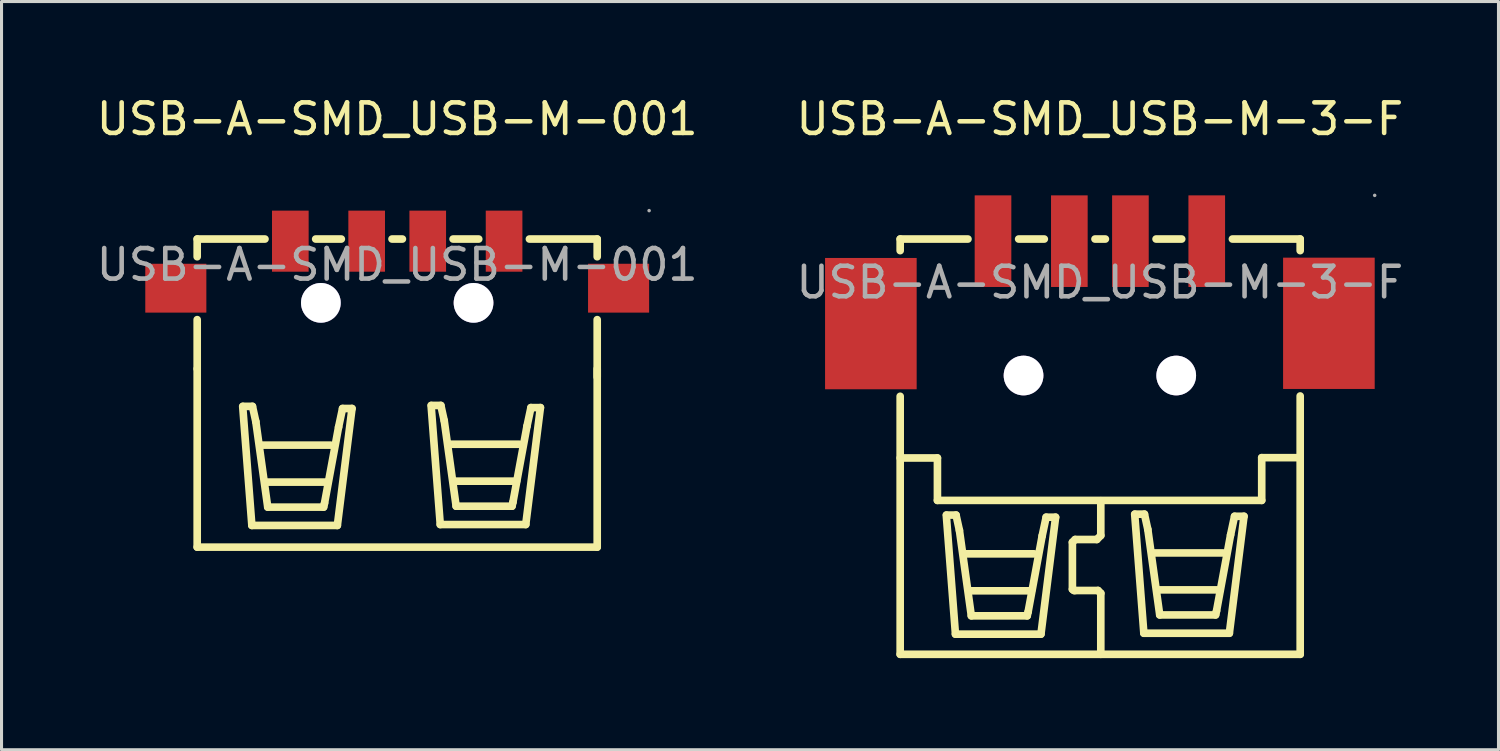
<source format=kicad_pcb>
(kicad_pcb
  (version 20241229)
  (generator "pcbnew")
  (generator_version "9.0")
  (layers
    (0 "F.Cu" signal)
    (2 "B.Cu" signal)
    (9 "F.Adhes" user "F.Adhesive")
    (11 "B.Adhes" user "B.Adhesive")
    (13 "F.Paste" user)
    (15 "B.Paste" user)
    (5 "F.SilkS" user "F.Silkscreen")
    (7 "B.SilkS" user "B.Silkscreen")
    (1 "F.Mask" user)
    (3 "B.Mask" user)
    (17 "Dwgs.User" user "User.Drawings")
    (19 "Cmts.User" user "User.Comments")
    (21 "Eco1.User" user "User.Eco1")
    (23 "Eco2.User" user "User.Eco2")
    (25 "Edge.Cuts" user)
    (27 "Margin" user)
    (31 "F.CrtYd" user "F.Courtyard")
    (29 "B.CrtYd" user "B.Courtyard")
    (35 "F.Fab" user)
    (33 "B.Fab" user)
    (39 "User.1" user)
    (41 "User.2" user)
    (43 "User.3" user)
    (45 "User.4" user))
  (footprint "USB-A-SMD_USB-M-001"
    (layer "F.Cu")
    (at 9.958 5.618)
    (property "Reference" "USB-A-SMD_USB-M-001" (at 0 -4.77 0) (layer "F.SilkS") (effects (font (size 1 1) (thickness 0.15))))
    (attr through_hole)
    (fp_line (start -6.55 -0.84) (end -4.33 -0.84) (stroke (width 0.25) (type solid)) (layer "F.SilkS"))
    (fp_line (start -6.55 -0.26) (end -6.55 -0.84) (stroke (width 0.25) (type solid)) (layer "F.SilkS"))
    (fp_line (start -6.55 3.41) (end -6.55 1.8) (stroke (width 0.25) (type solid)) (layer "F.SilkS"))
    (fp_line (start -6.55 3.41) (end -6.55 9.25) (stroke (width 0.25) (type solid)) (layer "F.SilkS"))
    (fp_line (start -6.55 9.25) (end 6.55 9.25) (stroke (width 0.25) (type solid)) (layer "F.SilkS"))
    (fp_line (start -5.06 4.64) (end -4.76 8.54) (stroke (width 0.25) (type solid)) (layer "F.SilkS"))
    (fp_line (start -4.76 8.54) (end -1.96 8.54) (stroke (width 0.25) (type solid)) (layer "F.SilkS"))
    (fp_line (start -4.74 4.64) (end -5.05 4.64) (stroke (width 0.25) (type solid)) (layer "F.SilkS"))
    (fp_line (start -4.63 5.14) (end -4.74 4.64) (stroke (width 0.25) (type solid)) (layer "F.SilkS"))
    (fp_line (start -4.44 5.91) (end -2.18 5.91) (stroke (width 0.25) (type solid)) (layer "F.SilkS"))
    (fp_line (start -4.3 7.12) (end -2.27 7.12) (stroke (width 0.25) (type solid)) (layer "F.SilkS"))
    (fp_line (start -4.24 7.94) (end -4.63 5.14) (stroke (width 0.25) (type solid)) (layer "F.SilkS"))
    (fp_line (start -2.67 -0.84) (end -1.83 -0.84) (stroke (width 0.25) (type solid)) (layer "F.SilkS"))
    (fp_line (start -2.41 7.94) (end -4.24 7.94) (stroke (width 0.25) (type solid)) (layer "F.SilkS"))
    (fp_line (start -2.38 7.81) (end -2.41 7.94) (stroke (width 0.25) (type solid)) (layer "F.SilkS"))
    (fp_line (start -1.96 8.54) (end -1.48 4.71) (stroke (width 0.25) (type solid)) (layer "F.SilkS"))
    (fp_line (start -1.92 5.32) (end -2.38 7.81) (stroke (width 0.25) (type solid)) (layer "F.SilkS"))
    (fp_line (start -1.79 4.71) (end -1.92 5.32) (stroke (width 0.25) (type solid)) (layer "F.SilkS"))
    (fp_line (start -1.48 4.71) (end -1.79 4.71) (stroke (width 0.25) (type solid)) (layer "F.SilkS"))
    (fp_line (start -0.17 -0.84) (end 0.17 -0.84) (stroke (width 0.25) (type solid)) (layer "F.SilkS"))
    (fp_line (start 1.11 4.61) (end 1.41 8.51) (stroke (width 0.25) (type solid)) (layer "F.SilkS"))
    (fp_line (start 1.41 8.51) (end 4.21 8.51) (stroke (width 0.25) (type solid)) (layer "F.SilkS"))
    (fp_line (start 1.43 4.61) (end 1.12 4.61) (stroke (width 0.25) (type solid)) (layer "F.SilkS"))
    (fp_line (start 1.54 5.11) (end 1.43 4.61) (stroke (width 0.25) (type solid)) (layer "F.SilkS"))
    (fp_line (start 1.74 5.88) (end 4 5.88) (stroke (width 0.25) (type solid)) (layer "F.SilkS"))
    (fp_line (start 1.83 -0.84) (end 2.67 -0.84) (stroke (width 0.25) (type solid)) (layer "F.SilkS"))
    (fp_line (start 1.88 7.09) (end 3.91 7.09) (stroke (width 0.25) (type solid)) (layer "F.SilkS"))
    (fp_line (start 1.93 7.91) (end 1.54 5.11) (stroke (width 0.25) (type solid)) (layer "F.SilkS"))
    (fp_line (start 3.76 7.91) (end 1.93 7.91) (stroke (width 0.25) (type solid)) (layer "F.SilkS"))
    (fp_line (start 3.79 7.78) (end 3.76 7.91) (stroke (width 0.25) (type solid)) (layer "F.SilkS"))
    (fp_line (start 4.21 8.51) (end 4.69 4.68) (stroke (width 0.25) (type solid)) (layer "F.SilkS"))
    (fp_line (start 4.25 5.29) (end 3.79 7.78) (stroke (width 0.25) (type solid)) (layer "F.SilkS"))
    (fp_line (start 4.33 -0.84) (end 6.55 -0.84) (stroke (width 0.25) (type solid)) (layer "F.SilkS"))
    (fp_line (start 4.38 4.68) (end 4.25 5.29) (stroke (width 0.25) (type solid)) (layer "F.SilkS"))
    (fp_line (start 4.69 4.68) (end 4.38 4.68) (stroke (width 0.25) (type solid)) (layer "F.SilkS"))
    (fp_line (start 6.55 -0.84) (end 6.55 -0.26) (stroke (width 0.25) (type solid)) (layer "F.SilkS"))
    (fp_line (start 6.55 1.8) (end 6.55 3.68) (stroke (width 0.25) (type solid)) (layer "F.SilkS"))
    (fp_line (start 6.55 3.41) (end 6.55 9.25) (stroke (width 0.25) (type solid)) (layer "F.SilkS"))
    (fp_circle (center -2.5 1.25) (end -2.22 1.25) (stroke (width 0.55) (type solid)) (fill no) (layer "F.Fab"))
    (fp_circle (center 2.5 1.25) (end 2.78 1.25) (stroke (width 0.55) (type solid)) (fill no) (layer "F.Fab"))
    (fp_circle (center 8.25 -1.77) (end 8.28 -1.77) (stroke (width 0.06) (type solid)) (fill no) (layer "F.Fab"))
    (fp_text user "${REFERENCE}" (at 0 0 0) (layer "F.Fab") (effects (font (size 1 1) (thickness 0.15))))
    (pad "" thru_hole circle (at -2.5 1.25) (size 1.3 1.3) (drill 1.3) (layers "*.Cu" "*.Mask"))
    (pad "" thru_hole circle (at 2.5 1.25) (size 1.3 1.3) (drill 1.3) (layers "*.Cu" "*.Mask"))
    (pad "0" smd rect (at -7.25 0.77 270) (size 1.6 2) (layers "F.Cu" "F.Mask" "F.Paste"))
    (pad "0" smd rect (at 7.25 0.77 270) (size 1.6 2) (layers "F.Cu" "F.Mask" "F.Paste"))
    (pad "1" smd rect (at 3.5 -0.77 90) (size 2 1.2) (layers "F.Cu" "F.Mask" "F.Paste"))
    (pad "2" smd rect (at 1 -0.77 90) (size 2 1.2) (layers "F.Cu" "F.Mask" "F.Paste"))
    (pad "3" smd rect (at -1 -0.77 90) (size 2 1.2) (layers "F.Cu" "F.Mask" "F.Paste"))
    (pad "4" smd rect (at -3.5 -0.77 90) (size 2 1.2) (layers "F.Cu" "F.Mask" "F.Paste")))
  (footprint "USB-A-SMD_USB-M-3-F"
    (layer "F.Cu")
    (at 32.97 6.198)
    (property "Reference" "USB-A-SMD_USB-M-3-F" (at 0 -5.35 0) (layer "F.SilkS") (effects (font (size 1 1) (thickness 0.15))))
    (attr through_hole)
    (fp_line (start -6.54 -1.42) (end -4.32 -1.42) (stroke (width 0.25) (type solid)) (layer "F.SilkS"))
    (fp_line (start -6.54 -1.04) (end -6.54 -1.42) (stroke (width 0.25) (type solid)) (layer "F.SilkS"))
    (fp_line (start -6.54 5.75) (end -5.32 5.75) (stroke (width 0.25) (type solid)) (layer "F.SilkS"))
    (fp_line (start -6.54 12.18) (end -6.54 3.73) (stroke (width 0.25) (type solid)) (layer "F.SilkS"))
    (fp_line (start -6.54 12.18) (end 6.56 12.18) (stroke (width 0.25) (type solid)) (layer "F.SilkS"))
    (fp_line (start -5.32 5.75) (end -5.32 7.14) (stroke (width 0.25) (type solid)) (layer "F.SilkS"))
    (fp_line (start -5.32 7.14) (end 5.3 7.14) (stroke (width 0.25) (type solid)) (layer "F.SilkS"))
    (fp_line (start -5.03 7.62) (end -4.73 11.52) (stroke (width 0.25) (type solid)) (layer "F.SilkS"))
    (fp_line (start -4.73 11.52) (end -1.93 11.52) (stroke (width 0.25) (type solid)) (layer "F.SilkS"))
    (fp_line (start -4.71 7.62) (end -5.02 7.62) (stroke (width 0.25) (type solid)) (layer "F.SilkS"))
    (fp_line (start -4.6 8.12) (end -4.71 7.62) (stroke (width 0.25) (type solid)) (layer "F.SilkS"))
    (fp_line (start -4.41 8.89) (end -2.15 8.89) (stroke (width 0.25) (type solid)) (layer "F.SilkS"))
    (fp_line (start -4.27 10.1) (end -2.24 10.1) (stroke (width 0.25) (type solid)) (layer "F.SilkS"))
    (fp_line (start -4.21 10.92) (end -4.6 8.12) (stroke (width 0.25) (type solid)) (layer "F.SilkS"))
    (fp_line (start -2.66 -1.42) (end -1.82 -1.42) (stroke (width 0.25) (type solid)) (layer "F.SilkS"))
    (fp_line (start -2.38 10.92) (end -4.21 10.92) (stroke (width 0.25) (type solid)) (layer "F.SilkS"))
    (fp_line (start -2.35 10.79) (end -2.38 10.92) (stroke (width 0.25) (type solid)) (layer "F.SilkS"))
    (fp_line (start -1.93 11.52) (end -1.45 7.69) (stroke (width 0.25) (type solid)) (layer "F.SilkS"))
    (fp_line (start -1.89 8.3) (end -2.35 10.79) (stroke (width 0.25) (type solid)) (layer "F.SilkS"))
    (fp_line (start -1.76 7.69) (end -1.89 8.3) (stroke (width 0.25) (type solid)) (layer "F.SilkS"))
    (fp_line (start -1.45 7.69) (end -1.76 7.69) (stroke (width 0.25) (type solid)) (layer "F.SilkS"))
    (fp_line (start -0.9 8.51) (end -0.9 10.05) (stroke (width 0.25) (type solid)) (layer "F.SilkS"))
    (fp_line (start -0.9 10.05) (end -0.85 10.09) (stroke (width 0.25) (type solid)) (layer "F.SilkS"))
    (fp_line (start -0.85 10.09) (end -0.81 10.09) (stroke (width 0.25) (type solid)) (layer "F.SilkS"))
    (fp_line (start -0.81 8.42) (end -0.9 8.51) (stroke (width 0.25) (type solid)) (layer "F.SilkS"))
    (fp_line (start -0.81 10.09) (end -0.06 10.09) (stroke (width 0.25) (type solid)) (layer "F.SilkS"))
    (fp_line (start -0.16 -1.42) (end 0.18 -1.42) (stroke (width 0.25) (type solid)) (layer "F.SilkS"))
    (fp_line (start -0.1 8.42) (end -0.81 8.42) (stroke (width 0.25) (type solid)) (layer "F.SilkS"))
    (fp_line (start -0.06 10.09) (end 0.03 10.18) (stroke (width 0.25) (type solid)) (layer "F.SilkS"))
    (fp_line (start 0.03 7.15) (end 0.03 8.29) (stroke (width 0.25) (type solid)) (layer "F.SilkS"))
    (fp_line (start 0.03 8.29) (end -0.1 8.42) (stroke (width 0.25) (type solid)) (layer "F.SilkS"))
    (fp_line (start 0.03 10.18) (end 0.03 12.18) (stroke (width 0.25) (type solid)) (layer "F.SilkS"))
    (fp_line (start 1.14 7.59) (end 1.44 11.49) (stroke (width 0.25) (type solid)) (layer "F.SilkS"))
    (fp_line (start 1.44 11.49) (end 4.24 11.49) (stroke (width 0.25) (type solid)) (layer "F.SilkS"))
    (fp_line (start 1.46 7.59) (end 1.15 7.59) (stroke (width 0.25) (type solid)) (layer "F.SilkS"))
    (fp_line (start 1.57 8.09) (end 1.46 7.59) (stroke (width 0.25) (type solid)) (layer "F.SilkS"))
    (fp_line (start 1.77 8.86) (end 4.03 8.86) (stroke (width 0.25) (type solid)) (layer "F.SilkS"))
    (fp_line (start 1.84 -1.42) (end 2.68 -1.42) (stroke (width 0.25) (type solid)) (layer "F.SilkS"))
    (fp_line (start 1.91 10.07) (end 3.94 10.07) (stroke (width 0.25) (type solid)) (layer "F.SilkS"))
    (fp_line (start 1.96 10.89) (end 1.57 8.09) (stroke (width 0.25) (type solid)) (layer "F.SilkS"))
    (fp_line (start 3.79 10.89) (end 1.96 10.89) (stroke (width 0.25) (type solid)) (layer "F.SilkS"))
    (fp_line (start 3.82 10.76) (end 3.79 10.89) (stroke (width 0.25) (type solid)) (layer "F.SilkS"))
    (fp_line (start 4.24 11.49) (end 4.72 7.66) (stroke (width 0.25) (type solid)) (layer "F.SilkS"))
    (fp_line (start 4.28 8.27) (end 3.82 10.76) (stroke (width 0.25) (type solid)) (layer "F.SilkS"))
    (fp_line (start 4.34 -1.42) (end 6.56 -1.42) (stroke (width 0.25) (type solid)) (layer "F.SilkS"))
    (fp_line (start 4.41 7.66) (end 4.28 8.27) (stroke (width 0.25) (type solid)) (layer "F.SilkS"))
    (fp_line (start 4.72 7.66) (end 4.41 7.66) (stroke (width 0.25) (type solid)) (layer "F.SilkS"))
    (fp_line (start 5.3 5.74) (end 6.55 5.74) (stroke (width 0.25) (type solid)) (layer "F.SilkS"))
    (fp_line (start 5.3 7.14) (end 5.3 5.74) (stroke (width 0.25) (type solid)) (layer "F.SilkS"))
    (fp_line (start 6.56 -1.42) (end 6.56 -1.04) (stroke (width 0.25) (type solid)) (layer "F.SilkS"))
    (fp_line (start 6.56 3.72) (end 6.56 12.18) (stroke (width 0.25) (type solid)) (layer "F.SilkS"))
    (fp_circle (center -2.5 3.05) (end -2.22 3.05) (stroke (width 0.55) (type solid)) (fill no) (layer "F.Fab"))
    (fp_circle (center 2.5 3.05) (end 2.78 3.05) (stroke (width 0.55) (type solid)) (fill no) (layer "F.Fab"))
    (fp_circle (center 9 -2.85) (end 9.03 -2.85) (stroke (width 0.06) (type solid)) (fill no) (layer "F.Fab"))
    (fp_text user "${REFERENCE}" (at 0 0 0) (layer "F.Fab") (effects (font (size 1 1) (thickness 0.15))))
    (pad "" thru_hole circle (at -2.5 3.05) (size 1.3 1.3) (drill 1.3) (layers "*.Cu" "*.Mask"))
    (pad "" thru_hole circle (at 2.5 3.05) (size 1.3 1.3) (drill 1.3) (layers "*.Cu" "*.Mask"))
    (pad "1" smd rect (at 3.5 -1.35 90) (size 3 1.2) (layers "F.Cu" "F.Mask" "F.Paste"))
    (pad "2" smd rect (at 1 -1.35 90) (size 3 1.2) (layers "F.Cu" "F.Mask" "F.Paste"))
    (pad "3" smd rect (at -1 -1.35 90) (size 3 1.2) (layers "F.Cu" "F.Mask" "F.Paste"))
    (pad "4" smd rect (at -3.5 -1.35 90) (size 3 1.2) (layers "F.Cu" "F.Mask" "F.Paste"))
    (pad "5" smd rect (at -7.5 1.35 180) (size 3 4.3) (layers "F.Cu" "F.Mask" "F.Paste"))
    (pad "6" smd rect (at 7.5 1.34 180) (size 3 4.3) (layers "F.Cu" "F.Mask" "F.Paste")))
  (gr_rect
    (start -3 -3)
    (end 46.024 21.503)
    (stroke (width 0.1) (type default))
    (fill no)
    (layer "Edge.Cuts")))
</source>
